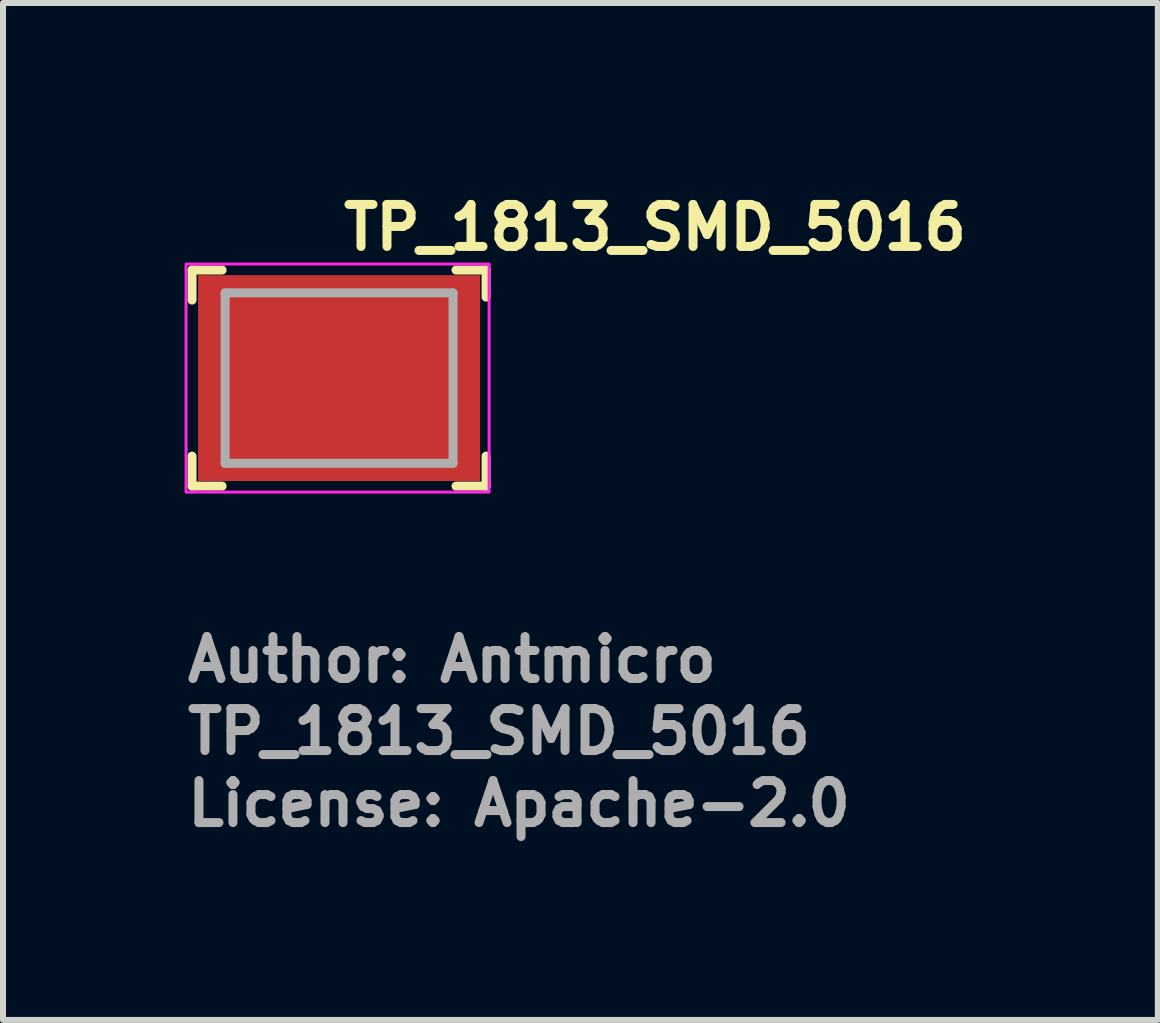
<source format=kicad_pcb>
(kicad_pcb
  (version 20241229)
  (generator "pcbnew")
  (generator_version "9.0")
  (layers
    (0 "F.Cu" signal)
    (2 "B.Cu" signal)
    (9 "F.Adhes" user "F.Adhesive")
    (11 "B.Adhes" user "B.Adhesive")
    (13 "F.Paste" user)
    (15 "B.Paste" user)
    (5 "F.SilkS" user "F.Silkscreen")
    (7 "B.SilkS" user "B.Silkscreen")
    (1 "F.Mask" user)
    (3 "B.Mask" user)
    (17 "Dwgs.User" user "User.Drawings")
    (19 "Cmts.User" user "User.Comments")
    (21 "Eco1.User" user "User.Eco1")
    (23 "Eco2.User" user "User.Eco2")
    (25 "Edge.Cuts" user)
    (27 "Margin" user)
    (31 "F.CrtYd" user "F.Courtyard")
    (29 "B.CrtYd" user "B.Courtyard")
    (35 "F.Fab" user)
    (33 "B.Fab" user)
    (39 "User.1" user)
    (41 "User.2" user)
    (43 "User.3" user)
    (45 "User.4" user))
  (footprint "TP_1813_SMD_5016"
    (layer "F.Cu")
    (at 2.6 3.25)
    (property "Reference" "TP_1813_SMD_5016" (at 0 -2.1 0) (layer "F.SilkS") (effects (font (size 0.7 0.7) (thickness 0.15)) (justify left bottom)))
    (attr smd)
    (fp_line (start -2.45 -1.8) (end -2.45 -1.3) (stroke (width 0.15) (type solid)) (layer "F.SilkS"))
    (fp_line (start -2.45 -1.8) (end -1.949 -1.8) (stroke (width 0.15) (type solid)) (layer "F.SilkS"))
    (fp_line (start -2.45 1.8) (end -2.45 1.3) (stroke (width 0.15) (type solid)) (layer "F.SilkS"))
    (fp_line (start -2.45 1.8) (end -1.949 1.8) (stroke (width 0.15) (type solid)) (layer "F.SilkS"))
    (fp_line (start 1.949 1.8) (end 2.45 1.8) (stroke (width 0.15) (type solid)) (layer "F.SilkS"))
    (fp_line (start 2.45 -1.8) (end 1.949 -1.8) (stroke (width 0.15) (type solid)) (layer "F.SilkS"))
    (fp_line (start 2.45 -1.8) (end 2.45 -1.35) (stroke (width 0.15) (type solid)) (layer "F.SilkS"))
    (fp_line (start 2.45 1.8) (end 2.45 1.3) (stroke (width 0.15) (type solid)) (layer "F.SilkS"))
    (fp_rect (start -2.55 -1.9) (end 2.5 1.9) (stroke (width 0.05) (type solid)) (fill no) (layer "F.CrtYd"))
    (fp_line (start -1.899 -1.42) (end 1.899 -1.42) (stroke (width 0.15) (type solid)) (layer "F.Fab"))
    (fp_line (start -1.899 1.42) (end -1.899 -1.42) (stroke (width 0.15) (type solid)) (layer "F.Fab"))
    (fp_line (start -1.899 1.42) (end 1.899 1.42) (stroke (width 0.15) (type solid)) (layer "F.Fab"))
    (fp_line (start 1.899 1.42) (end 1.899 -1.42) (stroke (width 0.15) (type solid)) (layer "F.Fab"))
    (fp_rect (start -1.905 -1.422) (end 1.905 1.422) (stroke (width 0.1) (type solid)) (fill no) (layer "User.5"))
    (fp_line (start -1.905 -0.505) (end -1.904 -0.505) (stroke (width 0.02) (type solid)) (layer "User.9"))
    (fp_line (start -1.905 0.511) (end -1.905 -0.505) (stroke (width 0.02) (type solid)) (layer "User.9"))
    (fp_line (start -1.905 0.663) (end -1.905 0.511) (stroke (width 0.02) (type solid)) (layer "User.9"))
    (fp_line (start -1.905 0.663) (end -1.904 0.663) (stroke (width 0.02) (type solid)) (layer "User.9"))
    (fp_line (start -1.904 -0.506) (end -1.904 -0.506) (stroke (width 0.02) (type solid)) (layer "User.9"))
    (fp_line (start -1.904 -0.506) (end -1.904 -0.506) (stroke (width 0.02) (type solid)) (layer "User.9"))
    (fp_line (start -1.904 -0.506) (end -1.903 -0.506) (stroke (width 0.02) (type solid)) (layer "User.9"))
    (fp_line (start -1.904 -0.505) (end -1.904 -0.506) (stroke (width 0.02) (type solid)) (layer "User.9"))
    (fp_line (start -1.904 -0.505) (end -1.904 -0.505) (stroke (width 0.02) (type solid)) (layer "User.9"))
    (fp_line (start -1.904 -0.505) (end -1.904 -0.505) (stroke (width 0.02) (type solid)) (layer "User.9"))
    (fp_line (start -1.904 -0.505) (end -1.904 -0.505) (stroke (width 0.02) (type solid)) (layer "User.9"))
    (fp_line (start -1.904 0.51) (end -1.905 0.511) (stroke (width 0.02) (type solid)) (layer "User.9"))
    (fp_line (start -1.904 0.51) (end -1.904 0.51) (stroke (width 0.02) (type solid)) (layer "User.9"))
    (fp_line (start -1.904 0.51) (end -1.904 0.51) (stroke (width 0.02) (type solid)) (layer "User.9"))
    (fp_line (start -1.904 0.663) (end -1.904 0.663) (stroke (width 0.02) (type solid)) (layer "User.9"))
    (fp_line (start -1.904 0.663) (end -1.904 0.664) (stroke (width 0.02) (type solid)) (layer "User.9"))
    (fp_line (start -1.904 0.664) (end -1.904 0.664) (stroke (width 0.02) (type solid)) (layer "User.9"))
    (fp_line (start -1.904 0.664) (end -1.904 0.664) (stroke (width 0.02) (type solid)) (layer "User.9"))
    (fp_line (start -1.904 0.664) (end -1.904 0.664) (stroke (width 0.02) (type solid)) (layer "User.9"))
    (fp_line (start -1.904 0.664) (end -1.904 0.664) (stroke (width 0.02) (type solid)) (layer "User.9"))
    (fp_line (start -1.904 0.664) (end -1.903 0.665) (stroke (width 0.02) (type solid)) (layer "User.9"))
    (fp_line (start -1.903 -0.506) (end -1.903 -0.506) (stroke (width 0.02) (type solid)) (layer "User.9"))
    (fp_line (start -1.903 -0.506) (end -1.903 -0.506) (stroke (width 0.02) (type solid)) (layer "User.9"))
    (fp_line (start -1.903 -0.506) (end -1.903 -0.506) (stroke (width 0.02) (type solid)) (layer "User.9"))
    (fp_line (start -1.903 -0.506) (end -1.902 -0.506) (stroke (width 0.02) (type solid)) (layer "User.9"))
    (fp_line (start -1.903 0.509) (end -1.904 0.51) (stroke (width 0.02) (type solid)) (layer "User.9"))
    (fp_line (start -1.903 0.509) (end -1.903 0.509) (stroke (width 0.02) (type solid)) (layer "User.9"))
    (fp_line (start -1.903 0.665) (end -1.903 0.665) (stroke (width 0.02) (type solid)) (layer "User.9"))
    (fp_line (start -1.903 0.665) (end -1.903 0.665) (stroke (width 0.02) (type solid)) (layer "User.9"))
    (fp_line (start -1.903 0.665) (end -1.903 0.665) (stroke (width 0.02) (type solid)) (layer "User.9"))
    (fp_line (start -1.903 0.665) (end -1.902 0.665) (stroke (width 0.02) (type solid)) (layer "User.9"))
    (fp_line (start -1.902 -0.507) (end -1.901 -0.507) (stroke (width 0.02) (type solid)) (layer "User.9"))
    (fp_line (start -1.902 -0.506) (end -1.902 -0.507) (stroke (width 0.02) (type solid)) (layer "User.9"))
    (fp_line (start -1.902 0.509) (end -1.903 0.509) (stroke (width 0.02) (type solid)) (layer "User.9"))
    (fp_line (start -1.902 0.665) (end -1.902 0.666) (stroke (width 0.02) (type solid)) (layer "User.9"))
    (fp_line (start -1.902 0.666) (end -1.901 0.666) (stroke (width 0.02) (type solid)) (layer "User.9"))
    (fp_line (start -1.901 -0.507) (end -1.901 -0.507) (stroke (width 0.02) (type solid)) (layer "User.9"))
    (fp_line (start -1.901 -0.507) (end -1.9 -0.507) (stroke (width 0.02) (type solid)) (layer "User.9"))
    (fp_line (start -1.901 0.508) (end -1.902 0.509) (stroke (width 0.02) (type solid)) (layer "User.9"))
    (fp_line (start -1.901 0.666) (end -1.901 0.666) (stroke (width 0.02) (type solid)) (layer "User.9"))
    (fp_line (start -1.901 0.666) (end -1.9 0.666) (stroke (width 0.02) (type solid)) (layer "User.9"))
    (fp_line (start -1.9 -0.507) (end -1.899 -0.507) (stroke (width 0.02) (type solid)) (layer "User.9"))
    (fp_line (start -1.9 0.508) (end -1.901 0.508) (stroke (width 0.02) (type solid)) (layer "User.9"))
    (fp_line (start -1.9 0.666) (end -1.899 0.667) (stroke (width 0.02) (type solid)) (layer "User.9"))
    (fp_line (start -1.899 -0.507) (end -1.898 -0.507) (stroke (width 0.02) (type solid)) (layer "User.9"))
    (fp_line (start -1.899 0.508) (end -1.9 0.508) (stroke (width 0.02) (type solid)) (layer "User.9"))
    (fp_line (start -1.899 0.667) (end -1.898 0.667) (stroke (width 0.02) (type solid)) (layer "User.9"))
    (fp_line (start -1.898 -0.507) (end -1.897 -0.507) (stroke (width 0.02) (type solid)) (layer "User.9"))
    (fp_line (start -1.898 0.508) (end -1.899 0.508) (stroke (width 0.02) (type solid)) (layer "User.9"))
    (fp_line (start -1.898 0.667) (end -1.897 0.667) (stroke (width 0.02) (type solid)) (layer "User.9"))
    (fp_line (start -1.897 -0.507) (end -1.895 -0.507) (stroke (width 0.02) (type solid)) (layer "User.9"))
    (fp_line (start -1.897 0.508) (end -1.898 0.508) (stroke (width 0.02) (type solid)) (layer "User.9"))
    (fp_line (start -1.897 0.667) (end -1.895 0.668) (stroke (width 0.02) (type solid)) (layer "User.9"))
    (fp_line (start -1.895 -0.507) (end -1.894 -0.507) (stroke (width 0.02) (type solid)) (layer "User.9"))
    (fp_line (start -1.895 0.508) (end -1.897 0.508) (stroke (width 0.02) (type solid)) (layer "User.9"))
    (fp_line (start -1.895 0.668) (end -1.894 0.668) (stroke (width 0.02) (type solid)) (layer "User.9"))
    (fp_line (start -1.894 -0.507) (end -1.892 -0.507) (stroke (width 0.02) (type solid)) (layer "User.9"))
    (fp_line (start -1.894 0.668) (end -1.892 0.669) (stroke (width 0.02) (type solid)) (layer "User.9"))
    (fp_line (start -1.892 -0.507) (end -1.89 -0.507) (stroke (width 0.02) (type solid)) (layer "User.9"))
    (fp_line (start -1.892 0.508) (end -1.895 0.508) (stroke (width 0.02) (type solid)) (layer "User.9"))
    (fp_line (start -1.892 0.669) (end -1.89 0.669) (stroke (width 0.02) (type solid)) (layer "User.9"))
    (fp_line (start -1.89 -0.507) (end -1.888 -0.508) (stroke (width 0.02) (type solid)) (layer "User.9"))
    (fp_line (start -1.89 0.669) (end -1.888 0.669) (stroke (width 0.02) (type solid)) (layer "User.9"))
    (fp_line (start -1.888 -0.508) (end -1.397 -0.508) (stroke (width 0.02) (type solid)) (layer "User.9"))
    (fp_line (start -1.888 0.508) (end -1.892 0.508) (stroke (width 0.02) (type solid)) (layer "User.9"))
    (fp_line (start -1.888 0.669) (end -1.524 0.747) (stroke (width 0.02) (type solid)) (layer "User.9"))
    (fp_line (start -1.651 -1.422) (end -1.845 -0.508) (stroke (width 0.02) (type solid)) (layer "User.9"))
    (fp_line (start -1.524 0.512) (end -1.523 0.512) (stroke (width 0.02) (type solid)) (layer "User.9"))
    (fp_line (start -1.524 0.742) (end -1.524 0.512) (stroke (width 0.02) (type solid)) (layer "User.9"))
    (fp_line (start -1.524 0.747) (end -1.397 0.774) (stroke (width 0.02) (type solid)) (layer "User.9"))
    (fp_line (start -1.523 0.511) (end -1.523 0.511) (stroke (width 0.02) (type solid)) (layer "User.9"))
    (fp_line (start -1.523 0.511) (end -1.522 0.511) (stroke (width 0.02) (type solid)) (layer "User.9"))
    (fp_line (start -1.523 0.512) (end -1.523 0.511) (stroke (width 0.02) (type solid)) (layer "User.9"))
    (fp_line (start -1.523 0.743) (end -1.524 0.742) (stroke (width 0.02) (type solid)) (layer "User.9"))
    (fp_line (start -1.523 0.743) (end -1.523 0.743) (stroke (width 0.02) (type solid)) (layer "User.9"))
    (fp_line (start -1.522 0.511) (end -1.519 0.51) (stroke (width 0.02) (type solid)) (layer "User.9"))
    (fp_line (start -1.521 0.745) (end -1.523 0.743) (stroke (width 0.02) (type solid)) (layer "User.9"))
    (fp_line (start -1.519 0.51) (end -1.515 0.509) (stroke (width 0.02) (type solid)) (layer "User.9"))
    (fp_line (start -1.518 0.746) (end -1.521 0.745) (stroke (width 0.02) (type solid)) (layer "User.9"))
    (fp_line (start -1.515 0.509) (end -1.511 0.509) (stroke (width 0.02) (type solid)) (layer "User.9"))
    (fp_line (start -1.514 0.747) (end -1.518 0.746) (stroke (width 0.02) (type solid)) (layer "User.9"))
    (fp_line (start -1.511 0.509) (end -1.505 0.509) (stroke (width 0.02) (type solid)) (layer "User.9"))
    (fp_line (start -1.505 0.509) (end -1.492 0.508) (stroke (width 0.02) (type solid)) (layer "User.9"))
    (fp_line (start -1.502 0.751) (end -1.514 0.747) (stroke (width 0.02) (type solid)) (layer "User.9"))
    (fp_line (start -1.492 0.508) (end -1.475 0.508) (stroke (width 0.02) (type solid)) (layer "User.9"))
    (fp_line (start -1.486 0.755) (end -1.502 0.751) (stroke (width 0.02) (type solid)) (layer "User.9"))
    (fp_line (start -1.475 0.508) (end -1.456 0.508) (stroke (width 0.02) (type solid)) (layer "User.9"))
    (fp_line (start -1.456 0.508) (end -1.413 0.508) (stroke (width 0.02) (type solid)) (layer "User.9"))
    (fp_line (start -1.445 0.764) (end -1.486 0.755) (stroke (width 0.02) (type solid)) (layer "User.9"))
    (fp_line (start -1.397 -0.508) (end -1.417 -0.508) (stroke (width 0.02) (type solid)) (layer "User.9"))
    (fp_line (start -1.397 0.508) (end -1.888 0.508) (stroke (width 0.02) (type solid)) (layer "User.9"))
    (fp_line (start -1.397 0.508) (end 1.397 0.508) (stroke (width 0.02) (type solid)) (layer "User.9"))
    (fp_line (start -1.397 0.774) (end -1.445 0.764) (stroke (width 0.02) (type solid)) (layer "User.9"))
    (fp_line (start -1.397 0.774) (end -1.397 0.774) (stroke (width 0.02) (type solid)) (layer "User.9"))
    (fp_line (start -1.397 0.774) (end 1.651 1.422) (stroke (width 0.02) (type solid)) (layer "User.9"))
    (fp_line (start 1.397 -0.774) (end -1.651 -1.422) (stroke (width 0.02) (type solid)) (layer "User.9"))
    (fp_line (start 1.397 -0.774) (end 1.445 -0.764) (stroke (width 0.02) (type solid)) (layer "User.9"))
    (fp_line (start 1.397 -0.508) (end -1.397 -0.508) (stroke (width 0.02) (type solid)) (layer "User.9"))
    (fp_line (start 1.397 -0.508) (end 1.888 -0.508) (stroke (width 0.02) (type solid)) (layer "User.9"))
    (fp_line (start 1.397 0.508) (end 1.417 0.508) (stroke (width 0.02) (type solid)) (layer "User.9"))
    (fp_line (start 1.445 -0.764) (end 1.486 -0.755) (stroke (width 0.02) (type solid)) (layer "User.9"))
    (fp_line (start 1.455 -0.508) (end 1.41 -0.508) (stroke (width 0.02) (type solid)) (layer "User.9"))
    (fp_line (start 1.474 -0.508) (end 1.455 -0.508) (stroke (width 0.02) (type solid)) (layer "User.9"))
    (fp_line (start 1.486 -0.755) (end 1.502 -0.751) (stroke (width 0.02) (type solid)) (layer "User.9"))
    (fp_line (start 1.491 -0.508) (end 1.474 -0.508) (stroke (width 0.02) (type solid)) (layer "User.9"))
    (fp_line (start 1.502 -0.751) (end 1.514 -0.747) (stroke (width 0.02) (type solid)) (layer "User.9"))
    (fp_line (start 1.505 -0.509) (end 1.491 -0.508) (stroke (width 0.02) (type solid)) (layer "User.9"))
    (fp_line (start 1.51 -0.509) (end 1.505 -0.509) (stroke (width 0.02) (type solid)) (layer "User.9"))
    (fp_line (start 1.514 -0.747) (end 1.518 -0.746) (stroke (width 0.02) (type solid)) (layer "User.9"))
    (fp_line (start 1.515 -0.509) (end 1.51 -0.509) (stroke (width 0.02) (type solid)) (layer "User.9"))
    (fp_line (start 1.518 -0.746) (end 1.521 -0.745) (stroke (width 0.02) (type solid)) (layer "User.9"))
    (fp_line (start 1.519 -0.51) (end 1.515 -0.509) (stroke (width 0.02) (type solid)) (layer "User.9"))
    (fp_line (start 1.521 -0.745) (end 1.523 -0.743) (stroke (width 0.02) (type solid)) (layer "User.9"))
    (fp_line (start 1.522 -0.511) (end 1.519 -0.51) (stroke (width 0.02) (type solid)) (layer "User.9"))
    (fp_line (start 1.523 -0.743) (end 1.523 -0.743) (stroke (width 0.02) (type solid)) (layer "User.9"))
    (fp_line (start 1.523 -0.743) (end 1.524 -0.742) (stroke (width 0.02) (type solid)) (layer "User.9"))
    (fp_line (start 1.523 -0.512) (end 1.523 -0.511) (stroke (width 0.02) (type solid)) (layer "User.9"))
    (fp_line (start 1.523 -0.511) (end 1.522 -0.511) (stroke (width 0.02) (type solid)) (layer "User.9"))
    (fp_line (start 1.523 -0.511) (end 1.523 -0.511) (stroke (width 0.02) (type solid)) (layer "User.9"))
    (fp_line (start 1.524 -0.742) (end 1.524 -0.512) (stroke (width 0.02) (type solid)) (layer "User.9"))
    (fp_line (start 1.524 -0.512) (end 1.523 -0.512) (stroke (width 0.02) (type solid)) (layer "User.9"))
    (fp_line (start 1.651 1.422) (end 1.845 0.508) (stroke (width 0.02) (type solid)) (layer "User.9"))
    (fp_line (start 1.888 -0.669) (end 1.397 -0.774) (stroke (width 0.02) (type solid)) (layer "User.9"))
    (fp_line (start 1.888 -0.508) (end 1.892 -0.508) (stroke (width 0.02) (type solid)) (layer "User.9"))
    (fp_line (start 1.888 0.508) (end 1.397 0.508) (stroke (width 0.02) (type solid)) (layer "User.9"))
    (fp_line (start 1.89 -0.669) (end 1.888 -0.669) (stroke (width 0.02) (type solid)) (layer "User.9"))
    (fp_line (start 1.89 0.507) (end 1.888 0.508) (stroke (width 0.02) (type solid)) (layer "User.9"))
    (fp_line (start 1.892 -0.669) (end 1.89 -0.669) (stroke (width 0.02) (type solid)) (layer "User.9"))
    (fp_line (start 1.892 -0.508) (end 1.895 -0.508) (stroke (width 0.02) (type solid)) (layer "User.9"))
    (fp_line (start 1.892 0.507) (end 1.89 0.507) (stroke (width 0.02) (type solid)) (layer "User.9"))
    (fp_line (start 1.894 -0.668) (end 1.892 -0.669) (stroke (width 0.02) (type solid)) (layer "User.9"))
    (fp_line (start 1.894 0.507) (end 1.892 0.507) (stroke (width 0.02) (type solid)) (layer "User.9"))
    (fp_line (start 1.895 -0.668) (end 1.894 -0.668) (stroke (width 0.02) (type solid)) (layer "User.9"))
    (fp_line (start 1.895 -0.508) (end 1.897 -0.508) (stroke (width 0.02) (type solid)) (layer "User.9"))
    (fp_line (start 1.895 0.507) (end 1.894 0.507) (stroke (width 0.02) (type solid)) (layer "User.9"))
    (fp_line (start 1.897 -0.667) (end 1.895 -0.668) (stroke (width 0.02) (type solid)) (layer "User.9"))
    (fp_line (start 1.897 -0.508) (end 1.898 -0.508) (stroke (width 0.02) (type solid)) (layer "User.9"))
    (fp_line (start 1.897 0.507) (end 1.895 0.507) (stroke (width 0.02) (type solid)) (layer "User.9"))
    (fp_line (start 1.898 -0.667) (end 1.897 -0.667) (stroke (width 0.02) (type solid)) (layer "User.9"))
    (fp_line (start 1.898 -0.508) (end 1.899 -0.508) (stroke (width 0.02) (type solid)) (layer "User.9"))
    (fp_line (start 1.898 0.507) (end 1.897 0.507) (stroke (width 0.02) (type solid)) (layer "User.9"))
    (fp_line (start 1.899 -0.667) (end 1.898 -0.667) (stroke (width 0.02) (type solid)) (layer "User.9"))
    (fp_line (start 1.899 -0.508) (end 1.9 -0.508) (stroke (width 0.02) (type solid)) (layer "User.9"))
    (fp_line (start 1.899 0.507) (end 1.898 0.507) (stroke (width 0.02) (type solid)) (layer "User.9"))
    (fp_line (start 1.9 -0.666) (end 1.899 -0.667) (stroke (width 0.02) (type solid)) (layer "User.9"))
    (fp_line (start 1.9 -0.508) (end 1.901 -0.508) (stroke (width 0.02) (type solid)) (layer "User.9"))
    (fp_line (start 1.9 0.507) (end 1.899 0.507) (stroke (width 0.02) (type solid)) (layer "User.9"))
    (fp_line (start 1.901 -0.666) (end 1.9 -0.666) (stroke (width 0.02) (type solid)) (layer "User.9"))
    (fp_line (start 1.901 -0.666) (end 1.901 -0.666) (stroke (width 0.02) (type solid)) (layer "User.9"))
    (fp_line (start 1.901 -0.508) (end 1.902 -0.509) (stroke (width 0.02) (type solid)) (layer "User.9"))
    (fp_line (start 1.901 0.507) (end 1.9 0.507) (stroke (width 0.02) (type solid)) (layer "User.9"))
    (fp_line (start 1.901 0.507) (end 1.901 0.507) (stroke (width 0.02) (type solid)) (layer "User.9"))
    (fp_line (start 1.902 -0.666) (end 1.901 -0.666) (stroke (width 0.02) (type solid)) (layer "User.9"))
    (fp_line (start 1.902 -0.665) (end 1.902 -0.666) (stroke (width 0.02) (type solid)) (layer "User.9"))
    (fp_line (start 1.902 -0.509) (end 1.903 -0.509) (stroke (width 0.02) (type solid)) (layer "User.9"))
    (fp_line (start 1.902 0.506) (end 1.902 0.507) (stroke (width 0.02) (type solid)) (layer "User.9"))
    (fp_line (start 1.902 0.507) (end 1.901 0.507) (stroke (width 0.02) (type solid)) (layer "User.9"))
    (fp_line (start 1.903 -0.665) (end 1.902 -0.665) (stroke (width 0.02) (type solid)) (layer "User.9"))
    (fp_line (start 1.903 -0.665) (end 1.903 -0.665) (stroke (width 0.02) (type solid)) (layer "User.9"))
    (fp_line (start 1.903 -0.665) (end 1.903 -0.665) (stroke (width 0.02) (type solid)) (layer "User.9"))
    (fp_line (start 1.903 -0.665) (end 1.903 -0.665) (stroke (width 0.02) (type solid)) (layer "User.9"))
    (fp_line (start 1.903 -0.509) (end 1.903 -0.509) (stroke (width 0.02) (type solid)) (layer "User.9"))
    (fp_line (start 1.903 -0.509) (end 1.904 -0.51) (stroke (width 0.02) (type solid)) (layer "User.9"))
    (fp_line (start 1.903 0.506) (end 1.902 0.506) (stroke (width 0.02) (type solid)) (layer "User.9"))
    (fp_line (start 1.903 0.506) (end 1.903 0.506) (stroke (width 0.02) (type solid)) (layer "User.9"))
    (fp_line (start 1.903 0.506) (end 1.903 0.506) (stroke (width 0.02) (type solid)) (layer "User.9"))
    (fp_line (start 1.903 0.506) (end 1.903 0.506) (stroke (width 0.02) (type solid)) (layer "User.9"))
    (fp_line (start 1.904 -0.664) (end 1.903 -0.665) (stroke (width 0.02) (type solid)) (layer "User.9"))
    (fp_line (start 1.904 -0.664) (end 1.904 -0.664) (stroke (width 0.02) (type solid)) (layer "User.9"))
    (fp_line (start 1.904 -0.664) (end 1.904 -0.664) (stroke (width 0.02) (type solid)) (layer "User.9"))
    (fp_line (start 1.904 -0.664) (end 1.904 -0.664) (stroke (width 0.02) (type solid)) (layer "User.9"))
    (fp_line (start 1.904 -0.664) (end 1.904 -0.664) (stroke (width 0.02) (type solid)) (layer "User.9"))
    (fp_line (start 1.904 -0.663) (end 1.904 -0.664) (stroke (width 0.02) (type solid)) (layer "User.9"))
    (fp_line (start 1.904 -0.663) (end 1.904 -0.663) (stroke (width 0.02) (type solid)) (layer "User.9"))
    (fp_line (start 1.904 -0.51) (end 1.904 -0.51) (stroke (width 0.02) (type solid)) (layer "User.9"))
    (fp_line (start 1.904 -0.51) (end 1.904 -0.51) (stroke (width 0.02) (type solid)) (layer "User.9"))
    (fp_line (start 1.904 -0.51) (end 1.905 -0.511) (stroke (width 0.02) (type solid)) (layer "User.9"))
    (fp_line (start 1.904 0.505) (end 1.904 0.505) (stroke (width 0.02) (type solid)) (layer "User.9"))
    (fp_line (start 1.904 0.505) (end 1.904 0.505) (stroke (width 0.02) (type solid)) (layer "User.9"))
    (fp_line (start 1.904 0.505) (end 1.904 0.505) (stroke (width 0.02) (type solid)) (layer "User.9"))
    (fp_line (start 1.904 0.505) (end 1.904 0.506) (stroke (width 0.02) (type solid)) (layer "User.9"))
    (fp_line (start 1.904 0.506) (end 1.903 0.506) (stroke (width 0.02) (type solid)) (layer "User.9"))
    (fp_line (start 1.904 0.506) (end 1.904 0.506) (stroke (width 0.02) (type solid)) (layer "User.9"))
    (fp_line (start 1.904 0.506) (end 1.904 0.506) (stroke (width 0.02) (type solid)) (layer "User.9"))
    (fp_line (start 1.905 -0.663) (end 1.904 -0.663) (stroke (width 0.02) (type solid)) (layer "User.9"))
    (fp_line (start 1.905 -0.663) (end 1.905 -0.511) (stroke (width 0.02) (type solid)) (layer "User.9"))
    (fp_line (start 1.905 -0.511) (end 1.905 0.505) (stroke (width 0.02) (type solid)) (layer "User.9"))
    (fp_line (start 1.905 0.505) (end 1.904 0.505) (stroke (width 0.02) (type solid)) (layer "User.9"))
    (fp_text user "License: Apache-2.0" (at -2.6 7.5 0) (layer "F.Fab") (effects (font (size 0.7 0.7) (thickness 0.15)) (justify left bottom)))
    (fp_text user "Author: Antmicro" (at -2.6 5.1 0) (layer "F.Fab") (effects (font (size 0.7 0.7) (thickness 0.15)) (justify left bottom)))
    (fp_text user "${REFERENCE}" (at -2.6 6.3 0) (layer "F.Fab") (effects (font (size 0.7 0.7) (thickness 0.15)) (justify left bottom)))
    (pad "1" smd rect (at 0 0) (size 4.7 3.43) (layers "F.Cu" "F.Mask" "F.Paste")))
  (gr_rect
    (start -3 -3)
    (end 16.243 13.945)
    (stroke (width 0.1) (type default))
    (fill no)
    (layer "Edge.Cuts")))
</source>
